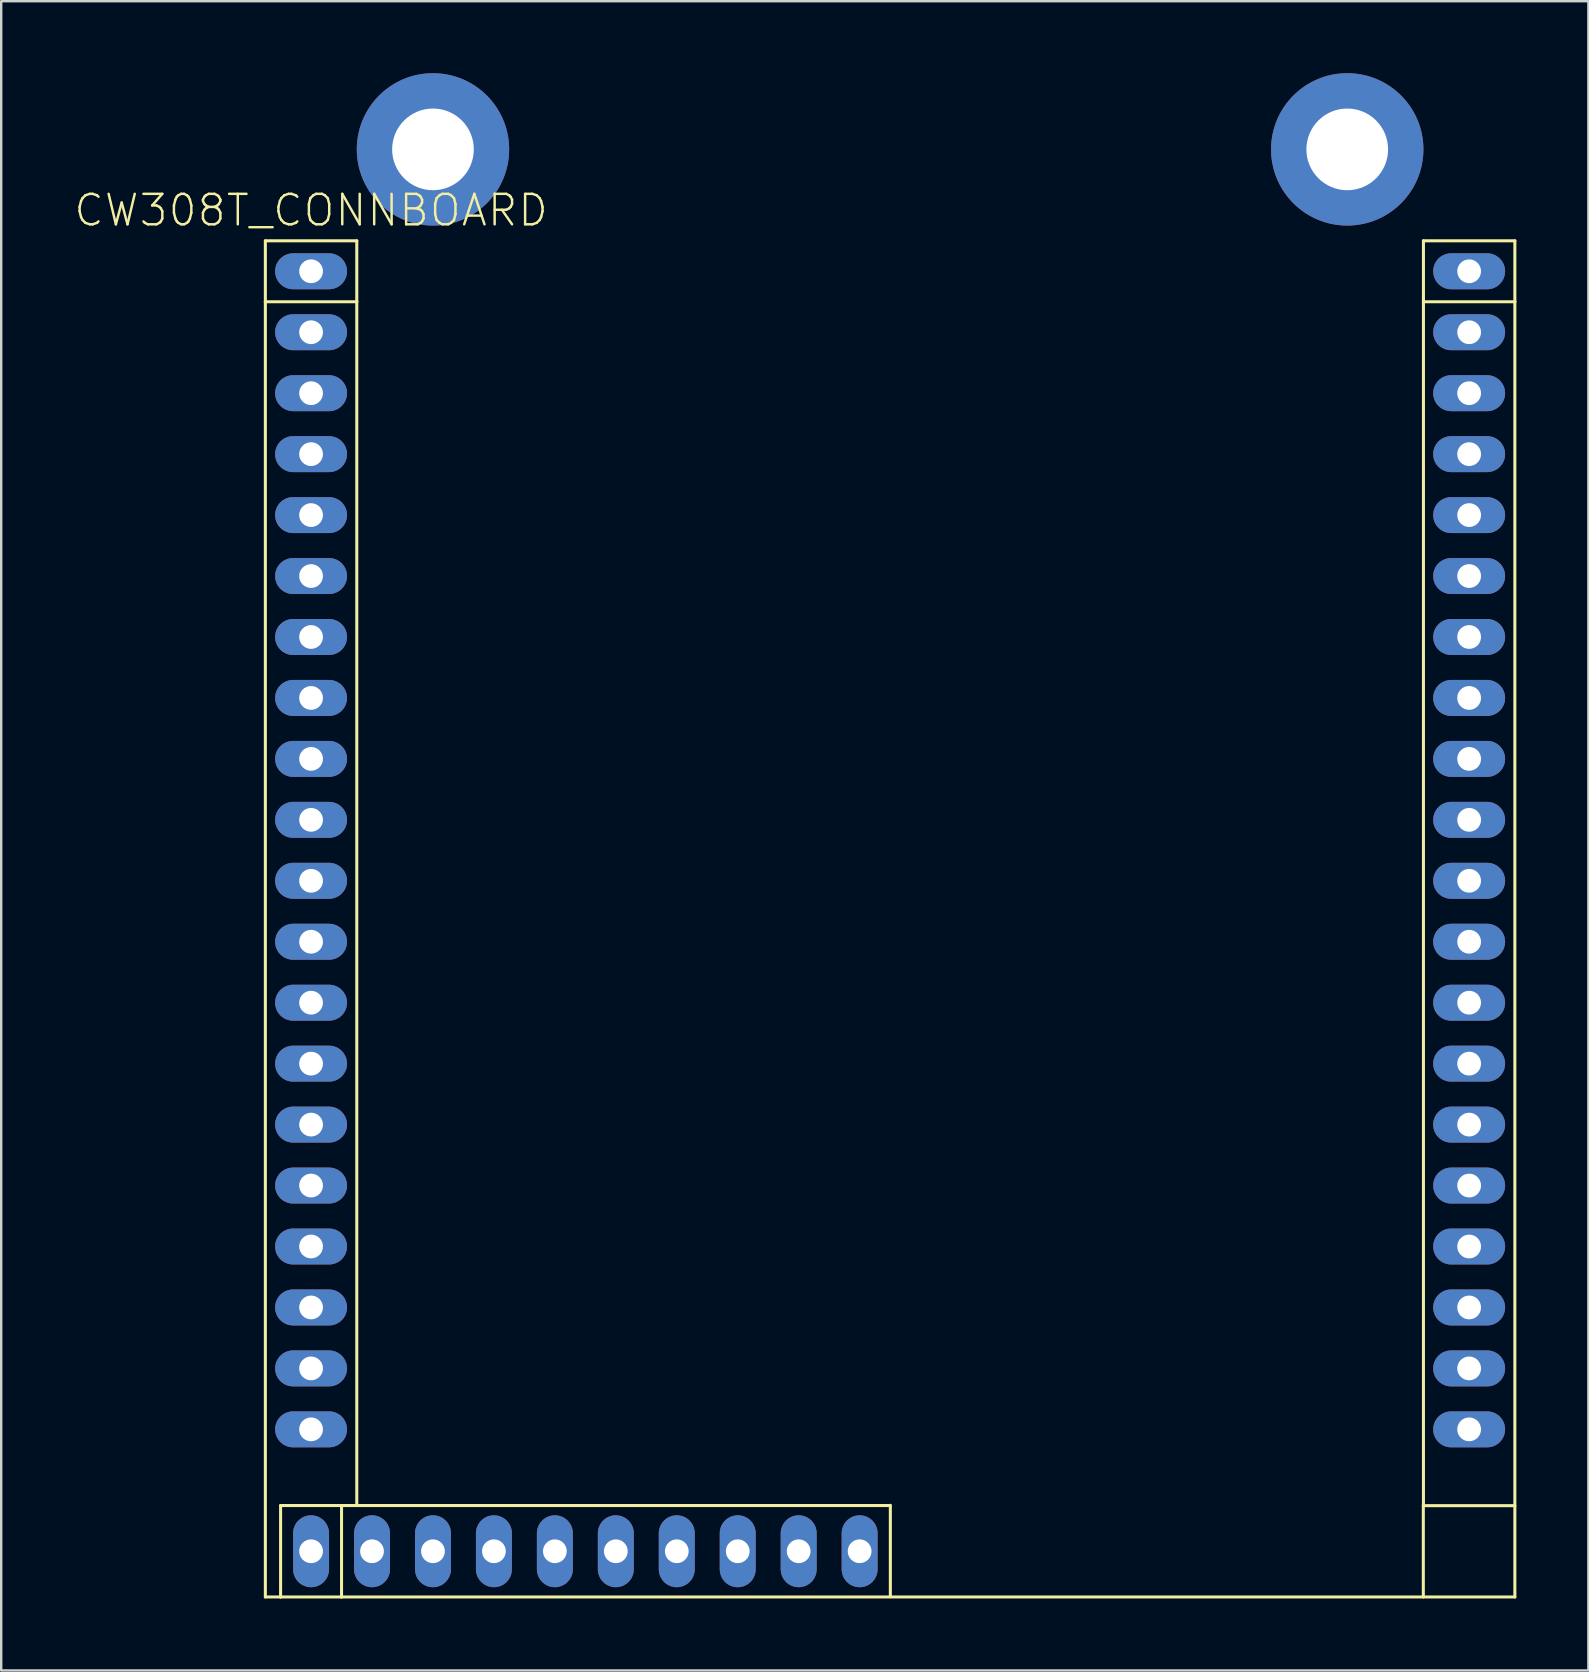
<source format=kicad_pcb>
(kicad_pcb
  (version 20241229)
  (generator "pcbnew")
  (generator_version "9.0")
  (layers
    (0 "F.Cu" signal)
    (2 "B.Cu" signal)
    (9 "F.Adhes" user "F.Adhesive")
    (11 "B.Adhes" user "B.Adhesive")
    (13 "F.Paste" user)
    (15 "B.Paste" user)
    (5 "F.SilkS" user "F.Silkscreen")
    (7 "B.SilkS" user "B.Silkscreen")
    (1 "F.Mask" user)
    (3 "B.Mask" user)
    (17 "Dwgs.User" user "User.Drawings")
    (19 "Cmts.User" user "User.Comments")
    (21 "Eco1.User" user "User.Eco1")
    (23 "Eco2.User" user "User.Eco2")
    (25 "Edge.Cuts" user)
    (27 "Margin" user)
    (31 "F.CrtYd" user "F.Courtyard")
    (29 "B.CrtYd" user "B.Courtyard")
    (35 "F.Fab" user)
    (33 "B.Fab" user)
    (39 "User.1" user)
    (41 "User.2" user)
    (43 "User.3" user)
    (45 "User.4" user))
  (footprint "CW308T_CONNBOARD"
    (layer "F.Cu")
    (at 9.913 8.255)
    (property "Reference" "CW308T_CONNBOARD" (at 0 -2.54 0) (layer "F.SilkS") (effects (font (size 1.27 1.27) (thickness 0.102))))
    (attr exclude_from_pos_files exclude_from_bom)
    (fp_line (start -1.905 -1.27) (end 1.905 -1.27) (stroke (width 0.127) (type solid)) (layer "F.SilkS"))
    (fp_line (start -1.905 1.27) (end -1.905 -1.27) (stroke (width 0.127) (type solid)) (layer "F.SilkS"))
    (fp_line (start -1.905 1.27) (end 1.905 1.27) (stroke (width 0.127) (type solid)) (layer "F.SilkS"))
    (fp_line (start -1.905 55.245) (end -1.905 1.27) (stroke (width 0.127) (type solid)) (layer "F.SilkS"))
    (fp_line (start -1.27 51.435) (end -1.27 55.245) (stroke (width 0.127) (type solid)) (layer "F.SilkS"))
    (fp_line (start -1.27 55.245) (end -1.905 55.245) (stroke (width 0.127) (type solid)) (layer "F.SilkS"))
    (fp_line (start 1.27 51.435) (end -1.27 51.435) (stroke (width 0.127) (type solid)) (layer "F.SilkS"))
    (fp_line (start 1.27 51.435) (end 1.905 51.435) (stroke (width 0.127) (type solid)) (layer "F.SilkS"))
    (fp_line (start 1.27 55.245) (end -1.27 55.245) (stroke (width 0.127) (type solid)) (layer "F.SilkS"))
    (fp_line (start 1.27 55.245) (end 1.27 51.435) (stroke (width 0.127) (type solid)) (layer "F.SilkS"))
    (fp_line (start 1.905 -1.27) (end 1.905 1.27) (stroke (width 0.127) (type solid)) (layer "F.SilkS"))
    (fp_line (start 1.905 1.27) (end 1.905 51.435) (stroke (width 0.127) (type solid)) (layer "F.SilkS"))
    (fp_line (start 1.905 51.435) (end 24.13 51.435) (stroke (width 0.127) (type solid)) (layer "F.SilkS"))
    (fp_line (start 24.14 55.235) (end 24.14 51.425) (stroke (width 0.127) (type solid)) (layer "F.SilkS"))
    (fp_line (start 46.35 55.245) (end 46.35 51.435) (stroke (width 0.127) (type solid)) (layer "F.SilkS"))
    (fp_line (start 46.355 -1.27) (end 50.165 -1.27) (stroke (width 0.127) (type solid)) (layer "F.SilkS"))
    (fp_line (start 46.355 1.27) (end 46.355 -1.27) (stroke (width 0.127) (type solid)) (layer "F.SilkS"))
    (fp_line (start 46.355 1.27) (end 50.165 1.27) (stroke (width 0.127) (type solid)) (layer "F.SilkS"))
    (fp_line (start 46.355 51.435) (end 46.355 1.27) (stroke (width 0.127) (type solid)) (layer "F.SilkS"))
    (fp_line (start 46.355 51.44) (end 50.165 51.44) (stroke (width 0.127) (type solid)) (layer "F.SilkS"))
    (fp_line (start 50.165 -1.27) (end 50.165 1.27) (stroke (width 0.127) (type solid)) (layer "F.SilkS"))
    (fp_line (start 50.165 1.27) (end 50.165 55.245) (stroke (width 0.127) (type solid)) (layer "F.SilkS"))
    (fp_line (start 50.165 55.245) (end 1.27 55.245) (stroke (width 0.127) (type solid)) (layer "F.SilkS"))
    (pad "A1" thru_hole oval (at 0 0 90) (size 1.499 2.997) (drill 0.991) (layers "*.Cu" "*.Paste" "*.Mask"))
    (pad "A2" thru_hole oval (at 0 2.54 90) (size 1.499 2.997) (drill 0.991) (layers "*.Cu" "*.Paste" "*.Mask"))
    (pad "A3" thru_hole oval (at 0 5.08 90) (size 1.499 2.997) (drill 0.991) (layers "*.Cu" "*.Paste" "*.Mask"))
    (pad "A4" thru_hole oval (at 0 7.62 90) (size 1.499 2.997) (drill 0.991) (layers "*.Cu" "*.Paste" "*.Mask"))
    (pad "A5" thru_hole oval (at 0 10.16 90) (size 1.499 2.997) (drill 0.991) (layers "*.Cu" "*.Paste" "*.Mask"))
    (pad "A6" thru_hole oval (at 0 12.7 90) (size 1.499 2.997) (drill 0.991) (layers "*.Cu" "*.Paste" "*.Mask"))
    (pad "A7" thru_hole oval (at 0 15.24 90) (size 1.499 2.997) (drill 0.991) (layers "*.Cu" "*.Paste" "*.Mask"))
    (pad "A8" thru_hole oval (at 0 17.78 90) (size 1.499 2.997) (drill 0.991) (layers "*.Cu" "*.Paste" "*.Mask"))
    (pad "A9" thru_hole oval (at 0 20.32 90) (size 1.499 2.997) (drill 0.991) (layers "*.Cu" "*.Paste" "*.Mask"))
    (pad "A10" thru_hole oval (at 0 22.86 90) (size 1.499 2.997) (drill 0.991) (layers "*.Cu" "*.Paste" "*.Mask"))
    (pad "A11" thru_hole oval (at 0 25.4 90) (size 1.499 2.997) (drill 0.991) (layers "*.Cu" "*.Paste" "*.Mask"))
    (pad "A12" thru_hole oval (at 0 27.94 90) (size 1.499 2.997) (drill 0.991) (layers "*.Cu" "*.Paste" "*.Mask"))
    (pad "A13" thru_hole oval (at 0 30.48 90) (size 1.499 2.997) (drill 0.991) (layers "*.Cu" "*.Paste" "*.Mask"))
    (pad "A14" thru_hole oval (at 0 33.02 90) (size 1.499 2.997) (drill 0.991) (layers "*.Cu" "*.Paste" "*.Mask"))
    (pad "A15" thru_hole oval (at 0 35.56 90) (size 1.499 2.997) (drill 0.991) (layers "*.Cu" "*.Paste" "*.Mask"))
    (pad "A16" thru_hole oval (at 0 38.1 90) (size 1.499 2.997) (drill 0.991) (layers "*.Cu" "*.Paste" "*.Mask"))
    (pad "A17" thru_hole oval (at 0 40.64 90) (size 1.499 2.997) (drill 0.991) (layers "*.Cu" "*.Paste" "*.Mask"))
    (pad "A18" thru_hole oval (at 0 43.18 90) (size 1.499 2.997) (drill 0.991) (layers "*.Cu" "*.Paste" "*.Mask"))
    (pad "A19" thru_hole oval (at 0 45.72 90) (size 1.499 2.997) (drill 0.991) (layers "*.Cu" "*.Paste" "*.Mask"))
    (pad "A20" thru_hole oval (at 0 48.26 90) (size 1.499 2.997) (drill 0.991) (layers "*.Cu" "*.Paste" "*.Mask"))
    (pad "B1" thru_hole oval (at 0 53.34 180) (size 1.499 2.997) (drill 0.991) (layers "*.Cu" "*.Paste" "*.Mask"))
    (pad "B2" thru_hole oval (at 2.54 53.34 180) (size 1.499 2.997) (drill 0.991) (layers "*.Cu" "*.Paste" "*.Mask"))
    (pad "B3" thru_hole oval (at 5.08 53.34 180) (size 1.499 2.997) (drill 0.991) (layers "*.Cu" "*.Paste" "*.Mask"))
    (pad "B4" thru_hole oval (at 7.62 53.34 180) (size 1.499 2.997) (drill 0.991) (layers "*.Cu" "*.Paste" "*.Mask"))
    (pad "B5" thru_hole oval (at 10.16 53.34 180) (size 1.499 2.997) (drill 0.991) (layers "*.Cu" "*.Paste" "*.Mask"))
    (pad "B6" thru_hole oval (at 12.7 53.34 180) (size 1.499 2.997) (drill 0.991) (layers "*.Cu" "*.Paste" "*.Mask"))
    (pad "B7" thru_hole oval (at 15.24 53.34 180) (size 1.499 2.997) (drill 0.991) (layers "*.Cu" "*.Paste" "*.Mask"))
    (pad "B8" thru_hole oval (at 17.78 53.34 180) (size 1.499 2.997) (drill 0.991) (layers "*.Cu" "*.Paste" "*.Mask"))
    (pad "B9" thru_hole oval (at 20.32 53.34 180) (size 1.499 2.997) (drill 0.991) (layers "*.Cu" "*.Paste" "*.Mask"))
    (pad "B10" thru_hole oval (at 22.86 53.34 180) (size 1.499 2.997) (drill 0.991) (layers "*.Cu" "*.Paste" "*.Mask"))
    (pad "C1" thru_hole oval (at 48.26 0 90) (size 1.499 2.997) (drill 0.991) (layers "*.Cu" "*.Paste" "*.Mask"))
    (pad "C2" thru_hole oval (at 48.26 2.54 90) (size 1.499 2.997) (drill 0.991) (layers "*.Cu" "*.Paste" "*.Mask"))
    (pad "C3" thru_hole oval (at 48.26 5.08 90) (size 1.499 2.997) (drill 0.991) (layers "*.Cu" "*.Paste" "*.Mask"))
    (pad "C4" thru_hole oval (at 48.26 7.62 90) (size 1.499 2.997) (drill 0.991) (layers "*.Cu" "*.Paste" "*.Mask"))
    (pad "C5" thru_hole oval (at 48.26 10.16 90) (size 1.499 2.997) (drill 0.991) (layers "*.Cu" "*.Paste" "*.Mask"))
    (pad "C6" thru_hole oval (at 48.26 12.7 90) (size 1.499 2.997) (drill 0.991) (layers "*.Cu" "*.Paste" "*.Mask"))
    (pad "C7" thru_hole oval (at 48.26 15.24 90) (size 1.499 2.997) (drill 0.991) (layers "*.Cu" "*.Paste" "*.Mask"))
    (pad "C8" thru_hole oval (at 48.26 17.78 90) (size 1.499 2.997) (drill 0.991) (layers "*.Cu" "*.Paste" "*.Mask"))
    (pad "C9" thru_hole oval (at 48.26 20.32 90) (size 1.499 2.997) (drill 0.991) (layers "*.Cu" "*.Paste" "*.Mask"))
    (pad "C10" thru_hole oval (at 48.26 22.86 90) (size 1.499 2.997) (drill 0.991) (layers "*.Cu" "*.Paste" "*.Mask"))
    (pad "C11" thru_hole oval (at 48.26 25.4 90) (size 1.499 2.997) (drill 0.991) (layers "*.Cu" "*.Paste" "*.Mask"))
    (pad "C12" thru_hole oval (at 48.26 27.94 90) (size 1.499 2.997) (drill 0.991) (layers "*.Cu" "*.Paste" "*.Mask"))
    (pad "C13" thru_hole oval (at 48.26 30.48 90) (size 1.499 2.997) (drill 0.991) (layers "*.Cu" "*.Paste" "*.Mask"))
    (pad "C14" thru_hole oval (at 48.26 33.02 90) (size 1.499 2.997) (drill 0.991) (layers "*.Cu" "*.Paste" "*.Mask"))
    (pad "C15" thru_hole oval (at 48.26 35.56 90) (size 1.499 2.997) (drill 0.991) (layers "*.Cu" "*.Paste" "*.Mask"))
    (pad "C16" thru_hole oval (at 48.26 38.1 90) (size 1.499 2.997) (drill 0.991) (layers "*.Cu" "*.Paste" "*.Mask"))
    (pad "C17" thru_hole oval (at 48.26 40.64 90) (size 1.499 2.997) (drill 0.991) (layers "*.Cu" "*.Paste" "*.Mask"))
    (pad "C18" thru_hole oval (at 48.26 43.18 90) (size 1.499 2.997) (drill 0.991) (layers "*.Cu" "*.Paste" "*.Mask"))
    (pad "C19" thru_hole oval (at 48.26 45.72 90) (size 1.499 2.997) (drill 0.991) (layers "*.Cu" "*.Paste" "*.Mask"))
    (pad "C20" thru_hole oval (at 48.26 48.26 90) (size 1.499 2.997) (drill 0.991) (layers "*.Cu" "*.Paste" "*.Mask"))
    (pad "MH1" thru_hole circle (at 5.08 -5.08 90) (size 6.35 6.35) (drill 3.404) (layers "*.Cu" "*.Paste" "*.Mask"))
    (pad "MH2" thru_hole circle (at 43.18 -5.08 90) (size 6.35 6.35) (drill 3.404) (layers "*.Cu" "*.Paste" "*.Mask")))
  (gr_rect
    (start -3 -3)
    (end 63.142 66.564)
    (stroke (width 0.1) (type default))
    (fill no)
    (layer "Edge.Cuts")))
</source>
